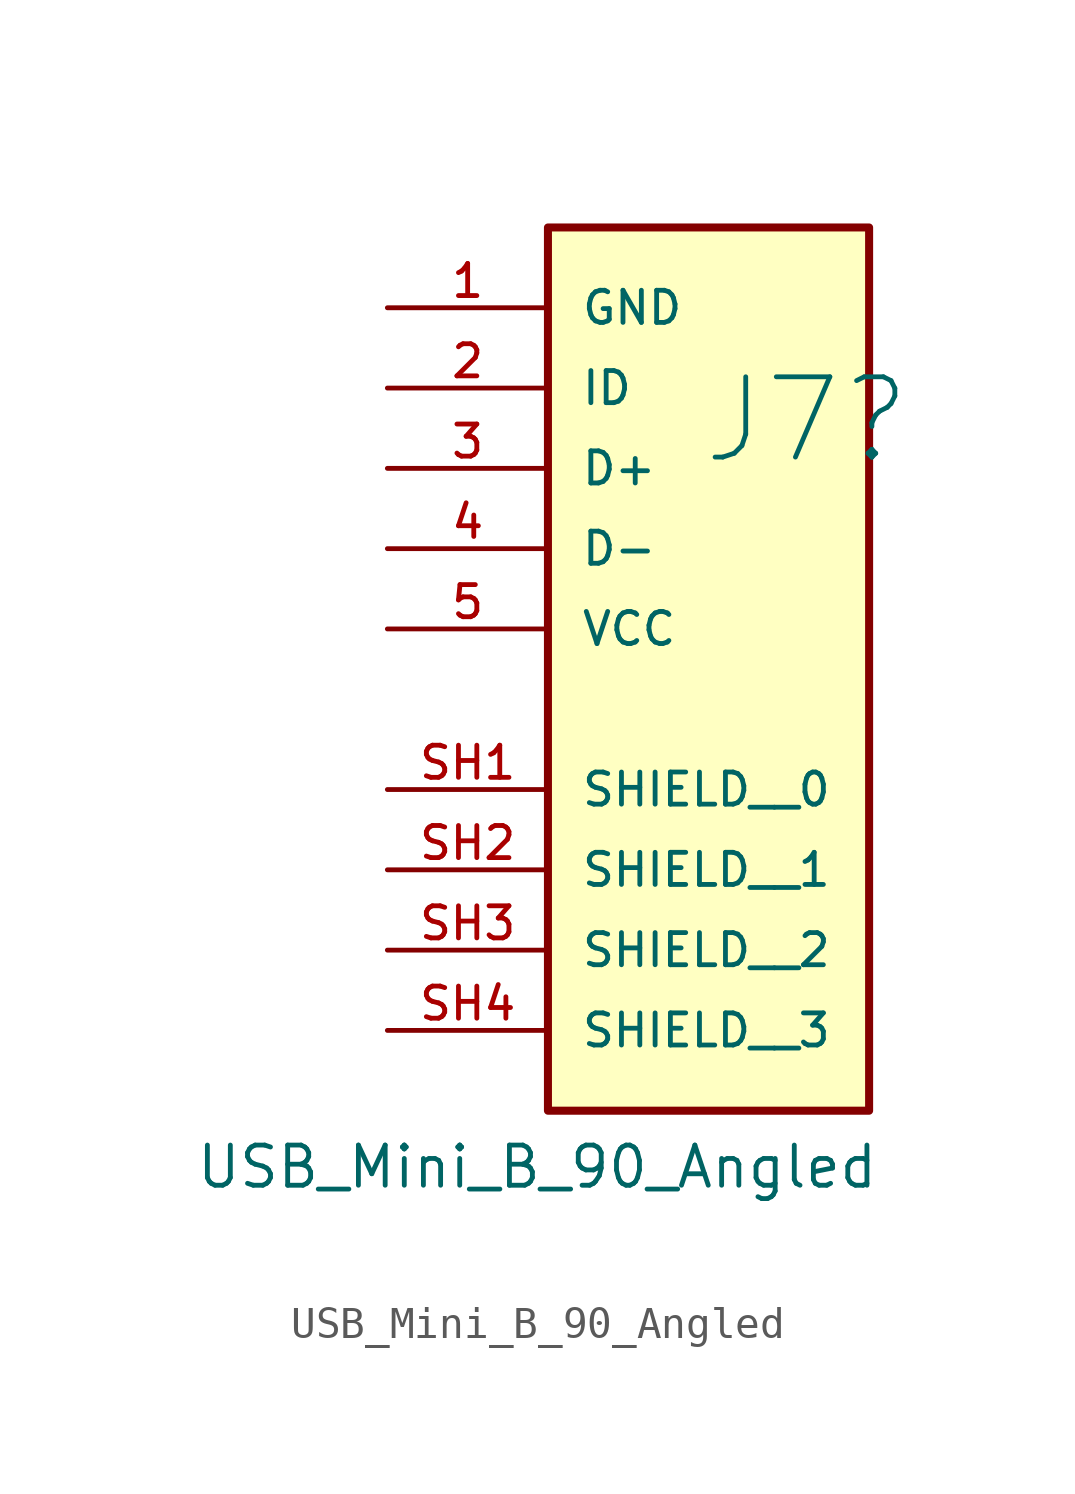
<source format=kicad_sym>
(kicad_symbol_lib
  (version 20241209)
  (generator "kicad_symbol_editor")
  (generator_version "9.0")
  (symbol "USB_Mini_B_90_Angled"
    (pin_names
      (offset 1.016))
    (property "Reference" "J7"
      (at -0.254 4.064 0)
      (effects (font (size 2.54 2.54)) (justify left)))
    (property "Value" "USB_Mini_B_90_Angled"
      (at -16.256 -19.558 0)
      (effects (font (size 1.27 1.27)) (justify left)))
    (symbol "USB_Mini_B_90_Angled_0_0"
      (rectangle (start -5.08 -17.78) (end 5.08 10.16) (stroke (width 0.254) (type default)) (fill (type background)))
      (pin passive line (at -10.16 -10.16 0) (length 5.08) (name "SHIELD__1" (effects (font (size 1.016 1.016)))) (number "SH2" (effects (font (size 1.016 1.016)))))
      (pin passive line (at -10.16 -12.7 0) (length 5.08) (name "SHIELD__2" (effects (font (size 1.016 1.016)))) (number "SH3" (effects (font (size 1.016 1.016)))))
      (pin passive line (at -10.16 -15.24 0) (length 5.08) (name "SHIELD__3" (effects (font (size 1.016 1.016)))) (number "SH4" (effects (font (size 1.016 1.016))))))
    (symbol "USB_Mini_B_90_Angled_1_0"
      (pin power_out line (at -10.16 7.62 0) (length 5.08) (name "GND" (effects (font (size 1.016 1.016)))) (number "1" (effects (font (size 1.016 1.016)))))
      (pin bidirectional line (at -10.16 5.08 0) (length 5.08) (name "ID" (effects (font (size 1.016 1.016)))) (number "2" (effects (font (size 1.016 1.016)))))
      (pin bidirectional line (at -10.16 2.54 0) (length 5.08) (name "D+" (effects (font (size 1.016 1.016)))) (number "3" (effects (font (size 1.016 1.016)))))
      (pin passive line (at -10.16 0 0) (length 5.08) (name "D-" (effects (font (size 1.016 1.016)))) (number "4" (effects (font (size 1.016 1.016)))))
      (pin power_out line (at -10.16 -2.54 0) (length 5.08) (name "VCC" (effects (font (size 1.016 1.016)))) (number "5" (effects (font (size 1.016 1.016)))))
      (pin passive line (at -10.16 -7.62 0) (length 5.08) (name "SHIELD__0" (effects (font (size 1.016 1.016)))) (number "SH1" (effects (font (size 1.016 1.016))))))))
</source>
